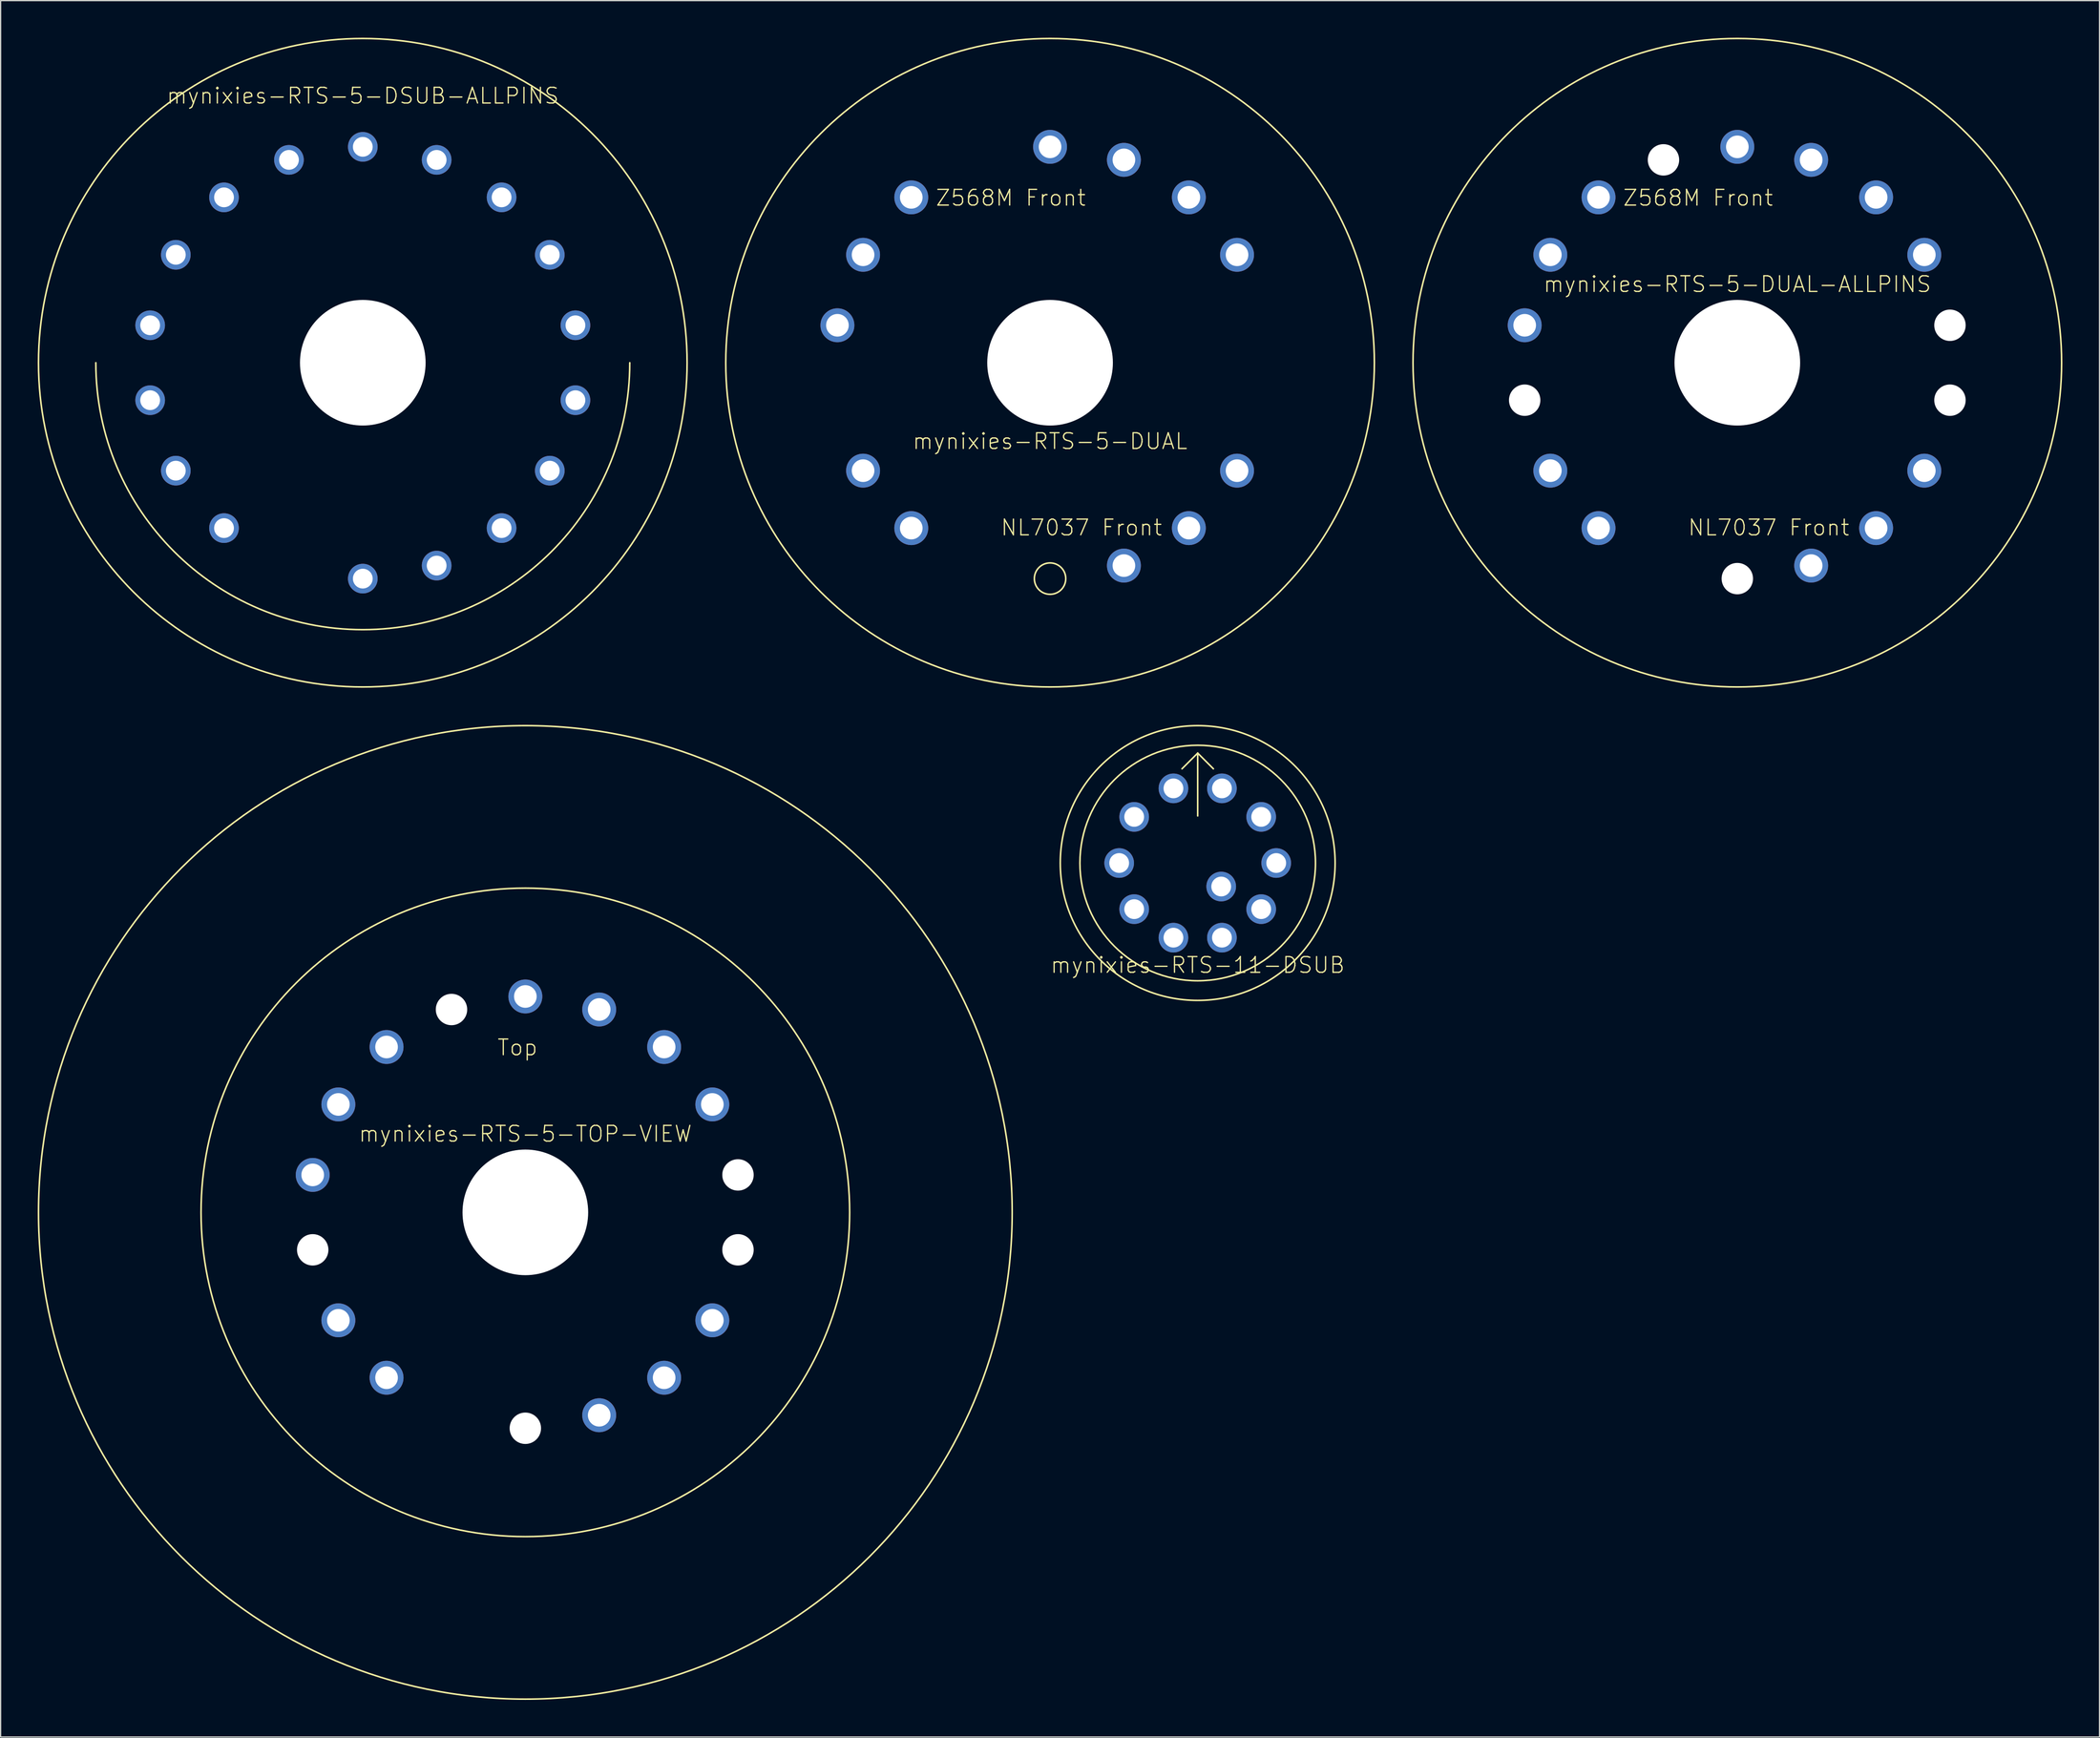
<source format=kicad_pcb>
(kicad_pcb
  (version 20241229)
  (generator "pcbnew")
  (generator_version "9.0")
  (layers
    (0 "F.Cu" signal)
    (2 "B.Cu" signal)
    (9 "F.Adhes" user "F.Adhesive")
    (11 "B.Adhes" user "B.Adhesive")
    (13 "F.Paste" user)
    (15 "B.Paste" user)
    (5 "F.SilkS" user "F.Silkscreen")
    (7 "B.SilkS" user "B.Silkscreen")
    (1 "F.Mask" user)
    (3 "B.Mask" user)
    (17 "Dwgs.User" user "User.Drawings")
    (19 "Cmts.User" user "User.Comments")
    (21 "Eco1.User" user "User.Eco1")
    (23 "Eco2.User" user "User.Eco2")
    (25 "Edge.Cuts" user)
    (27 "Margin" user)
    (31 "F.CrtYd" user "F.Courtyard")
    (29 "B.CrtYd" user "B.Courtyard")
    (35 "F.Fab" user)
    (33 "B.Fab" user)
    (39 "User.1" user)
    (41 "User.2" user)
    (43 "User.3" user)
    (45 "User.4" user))
  (footprint "mynixies-RTS-5-DSUB-ALLPINS"
    (layer "F.Cu")
    (at 26.289 26.289)
    (property "Reference" "mynixies-RTS-5-DSUB-ALLPINS" (at 0 -21.59 0) (layer "F.SilkS") (effects (font (size 1.27 1.27) (thickness 0.102))))
    (attr exclude_from_pos_files exclude_from_bom)
    (fp_arc (start 21.59 0) (mid 0 21.59) (end -21.59 0) (stroke (width 0.127) (type solid)) (layer "F.SilkS"))
    (fp_circle (center 0 0) (end 0 -26.226) (stroke (width 0.127) (type solid)) (fill no) (layer "F.SilkS"))
    (pad "" np_thru_hole circle (at 0 0) (size 10.16 10.16) (drill 10.16) (layers "*.Cu" "*.Mask"))
    (pad "P$1" thru_hole circle (at 0 17.462) (size 2.398 2.398) (drill 1.598) (layers "*.Cu" "*.Mask"))
    (pad "P$2" thru_hole circle (at 5.972 16.408) (size 2.398 2.398) (drill 1.598) (layers "*.Cu" "*.Mask"))
    (pad "P$3" thru_hole circle (at 11.224 13.376) (size 2.398 2.398) (drill 1.598) (layers "*.Cu" "*.Mask"))
    (pad "P$4" thru_hole circle (at 15.121 8.73) (size 2.398 2.398) (drill 1.598) (layers "*.Cu" "*.Mask"))
    (pad "P$5" thru_hole circle (at 17.196 3.03) (size 2.398 2.398) (drill 1.598) (layers "*.Cu" "*.Mask"))
    (pad "P$6" thru_hole circle (at 17.196 -3.03) (size 2.398 2.398) (drill 1.598) (layers "*.Cu" "*.Mask"))
    (pad "P$7" thru_hole circle (at 15.121 -8.73) (size 2.398 2.398) (drill 1.598) (layers "*.Cu" "*.Mask"))
    (pad "P$8" thru_hole circle (at 11.224 -13.376) (size 2.398 2.398) (drill 1.598) (layers "*.Cu" "*.Mask"))
    (pad "P$9" thru_hole circle (at 5.972 -16.408) (size 2.398 2.398) (drill 1.598) (layers "*.Cu" "*.Mask"))
    (pad "P$10" thru_hole circle (at 0 -17.462) (size 2.398 2.398) (drill 1.598) (layers "*.Cu" "*.Mask"))
    (pad "P$11" thru_hole circle (at -5.972 -16.408) (size 2.398 2.398) (drill 1.598) (layers "*.Cu" "*.Mask"))
    (pad "P$12" thru_hole circle (at -11.224 -13.376) (size 2.398 2.398) (drill 1.598) (layers "*.Cu" "*.Mask"))
    (pad "P$13" thru_hole circle (at -15.121 -8.73) (size 2.398 2.398) (drill 1.598) (layers "*.Cu" "*.Mask"))
    (pad "P$14" thru_hole circle (at -17.196 -3.03) (size 2.398 2.398) (drill 1.598) (layers "*.Cu" "*.Mask"))
    (pad "P$15" thru_hole circle (at -17.196 3.03) (size 2.398 2.398) (drill 1.598) (layers "*.Cu" "*.Mask"))
    (pad "P$16" thru_hole circle (at -15.121 8.73) (size 2.398 2.398) (drill 1.598) (layers "*.Cu" "*.Mask"))
    (pad "P$17" thru_hole circle (at -11.224 13.376) (size 2.398 2.398) (drill 1.598) (layers "*.Cu" "*.Mask")))
  (footprint "mynixies-RTS-5-TOP-VIEW"
    (layer "F.Cu")
    (at 39.434 95.011)
    (property "Reference" "mynixies-RTS-5-TOP-VIEW" (at 0 -6.35 0) (layer "F.SilkS") (effects (font (size 1.27 1.27) (thickness 0.102))))
    (attr exclude_from_pos_files exclude_from_bom)
    (fp_circle (center 0 0) (end 0 -39.37) (stroke (width 0.127) (type solid)) (fill no) (layer "F.SilkS"))
    (fp_circle (center 0 0) (end 0 -26.226) (stroke (width 0.127) (type solid)) (fill no) (layer "F.SilkS"))
    (fp_text user "Top" (at -0.635 -13.335 180) (layer "F.SilkS") (effects (font (size 1.27 1.27) (thickness 0.102))))
    (pad "" np_thru_hole circle (at -17.196 3.03) (size 2.54 2.54) (drill 2.54) (layers "*.Cu" "*.Mask"))
    (pad "" np_thru_hole circle (at -5.972 -16.408) (size 2.54 2.54) (drill 2.54) (layers "*.Cu" "*.Mask"))
    (pad "" np_thru_hole circle (at 0 0) (size 10.16 10.16) (drill 10.16) (layers "*.Cu" "*.Mask"))
    (pad "" np_thru_hole circle (at 0 17.462) (size 2.54 2.54) (drill 2.54) (layers "*.Cu" "*.Mask"))
    (pad "" np_thru_hole circle (at 17.196 -3.03) (size 2.54 2.54) (drill 2.54) (layers "*.Cu" "*.Mask"))
    (pad "" np_thru_hole circle (at 17.196 3.03) (size 2.54 2.54) (drill 2.54) (layers "*.Cu" "*.Mask"))
    (pad "P$2" thru_hole circle (at 5.972 16.408) (size 2.743 2.743) (drill 1.829) (layers "*.Cu" "*.Mask"))
    (pad "P$3" thru_hole circle (at 11.224 13.376) (size 2.743 2.743) (drill 1.829) (layers "*.Cu" "*.Mask"))
    (pad "P$4" thru_hole circle (at 15.121 8.73) (size 2.743 2.743) (drill 1.829) (layers "*.Cu" "*.Mask"))
    (pad "P$7" thru_hole circle (at 15.121 -8.73) (size 2.743 2.743) (drill 1.829) (layers "*.Cu" "*.Mask"))
    (pad "P$8" thru_hole circle (at 11.224 -13.376) (size 2.743 2.743) (drill 1.829) (layers "*.Cu" "*.Mask"))
    (pad "P$9" thru_hole circle (at 5.972 -16.408) (size 2.743 2.743) (drill 1.829) (layers "*.Cu" "*.Mask"))
    (pad "P$10" thru_hole circle (at 0 -17.462) (size 2.743 2.743) (drill 1.829) (layers "*.Cu" "*.Mask"))
    (pad "P$12" thru_hole circle (at -11.224 -13.376) (size 2.743 2.743) (drill 1.829) (layers "*.Cu" "*.Mask"))
    (pad "P$13" thru_hole circle (at -15.121 -8.73) (size 2.743 2.743) (drill 1.829) (layers "*.Cu" "*.Mask"))
    (pad "P$14" thru_hole circle (at -17.196 -3.03) (size 2.743 2.743) (drill 1.829) (layers "*.Cu" "*.Mask"))
    (pad "P$16" thru_hole circle (at -15.121 8.73) (size 2.743 2.743) (drill 1.829) (layers "*.Cu" "*.Mask"))
    (pad "P$17" thru_hole circle (at -11.224 13.376) (size 2.743 2.743) (drill 1.829) (layers "*.Cu" "*.Mask")))
  (footprint "mynixies-RTS-5-DUAL-ALLPINS"
    (layer "F.Cu")
    (at 137.445 26.289)
    (property "Reference" "mynixies-RTS-5-DUAL-ALLPINS" (at 0 -6.35 0) (layer "F.SilkS") (effects (font (size 1.27 1.27) (thickness 0.102))))
    (attr exclude_from_pos_files exclude_from_bom)
    (fp_circle (center 0 0) (end 0 -26.226) (stroke (width 0.127) (type solid)) (fill no) (layer "F.SilkS"))
    (fp_text user "NL7037 Front" (at 2.54 13.335 0) (layer "F.SilkS") (effects (font (size 1.27 1.27) (thickness 0.102))))
    (fp_text user "Z568M Front" (at -3.175 -13.335 180) (layer "F.SilkS") (effects (font (size 1.27 1.27) (thickness 0.102))))
    (pad "" np_thru_hole circle (at -17.196 3.03) (size 2.54 2.54) (drill 2.54) (layers "*.Cu" "*.Mask"))
    (pad "" np_thru_hole circle (at -5.972 -16.408) (size 2.54 2.54) (drill 2.54) (layers "*.Cu" "*.Mask"))
    (pad "" np_thru_hole circle (at 0 0) (size 10.16 10.16) (drill 10.16) (layers "*.Cu" "*.Mask"))
    (pad "" np_thru_hole circle (at 0 17.462) (size 2.54 2.54) (drill 2.54) (layers "*.Cu" "*.Mask"))
    (pad "" np_thru_hole circle (at 17.196 -3.03) (size 2.54 2.54) (drill 2.54) (layers "*.Cu" "*.Mask"))
    (pad "" np_thru_hole circle (at 17.196 3.03) (size 2.54 2.54) (drill 2.54) (layers "*.Cu" "*.Mask"))
    (pad "P$2" thru_hole circle (at 5.972 16.408) (size 2.743 2.743) (drill 1.829) (layers "*.Cu" "*.Mask"))
    (pad "P$3" thru_hole circle (at 11.224 13.376) (size 2.743 2.743) (drill 1.829) (layers "*.Cu" "*.Mask"))
    (pad "P$4" thru_hole circle (at 15.121 8.73) (size 2.743 2.743) (drill 1.829) (layers "*.Cu" "*.Mask"))
    (pad "P$7" thru_hole circle (at 15.121 -8.73) (size 2.743 2.743) (drill 1.829) (layers "*.Cu" "*.Mask"))
    (pad "P$8" thru_hole circle (at 11.224 -13.376) (size 2.743 2.743) (drill 1.829) (layers "*.Cu" "*.Mask"))
    (pad "P$9" thru_hole circle (at 5.972 -16.408) (size 2.743 2.743) (drill 1.829) (layers "*.Cu" "*.Mask"))
    (pad "P$10" thru_hole circle (at 0 -17.462) (size 2.743 2.743) (drill 1.829) (layers "*.Cu" "*.Mask"))
    (pad "P$12" thru_hole circle (at -11.224 -13.376) (size 2.743 2.743) (drill 1.829) (layers "*.Cu" "*.Mask"))
    (pad "P$13" thru_hole circle (at -15.121 -8.73) (size 2.743 2.743) (drill 1.829) (layers "*.Cu" "*.Mask"))
    (pad "P$14" thru_hole circle (at -17.196 -3.03) (size 2.743 2.743) (drill 1.829) (layers "*.Cu" "*.Mask"))
    (pad "P$16" thru_hole circle (at -15.121 8.73) (size 2.743 2.743) (drill 1.829) (layers "*.Cu" "*.Mask"))
    (pad "P$17" thru_hole circle (at -11.224 13.376) (size 2.743 2.743) (drill 1.829) (layers "*.Cu" "*.Mask")))
  (footprint "mynixies-RTS-11-DSUB"
    (layer "F.Cu")
    (at 93.806 66.754)
    (property "Reference" "mynixies-RTS-11-DSUB" (at 0 8.255 0) (layer "F.SilkS") (effects (font (size 1.27 1.27) (thickness 0.102))))
    (attr exclude_from_pos_files exclude_from_bom)
    (fp_line (start -1.27 -7.62) (end 0 -8.89) (stroke (width 0.127) (type solid)) (layer "F.SilkS"))
    (fp_line (start 0 -8.89) (end 1.27 -7.62) (stroke (width 0.127) (type solid)) (layer "F.SilkS"))
    (fp_line (start 0 -3.81) (end 0 -8.89) (stroke (width 0.127) (type solid)) (layer "F.SilkS"))
    (fp_circle (center 0 0) (end 0 -11.113) (stroke (width 0.127) (type solid)) (fill no) (layer "F.SilkS"))
    (fp_circle (center 0 0) (end 0 -9.525) (stroke (width 0.127) (type solid)) (fill no) (layer "F.SilkS"))
    (pad "1" thru_hole circle (at -1.961 -6.038) (size 2.398 2.398) (drill 1.598) (layers "*.Cu" "*.Mask"))
    (pad "2" thru_hole circle (at -5.136 -3.731) (size 2.398 2.398) (drill 1.598) (layers "*.Cu" "*.Mask"))
    (pad "3" thru_hole circle (at -6.35 0) (size 2.398 2.398) (drill 1.598) (layers "*.Cu" "*.Mask"))
    (pad "4" thru_hole circle (at -5.136 3.731) (size 2.398 2.398) (drill 1.598) (layers "*.Cu" "*.Mask"))
    (pad "5" thru_hole circle (at -1.961 6.038) (size 2.398 2.398) (drill 1.598) (layers "*.Cu" "*.Mask"))
    (pad "6" thru_hole circle (at 1.961 6.038) (size 2.398 2.398) (drill 1.598) (layers "*.Cu" "*.Mask"))
    (pad "7" thru_hole circle (at 5.136 3.731) (size 2.398 2.398) (drill 1.598) (layers "*.Cu" "*.Mask"))
    (pad "8" thru_hole circle (at 6.35 0) (size 2.398 2.398) (drill 1.598) (layers "*.Cu" "*.Mask"))
    (pad "9" thru_hole circle (at 5.136 -3.731) (size 2.398 2.398) (drill 1.598) (layers "*.Cu" "*.Mask"))
    (pad "10" thru_hole circle (at 1.961 -6.038) (size 2.398 2.398) (drill 1.598) (layers "*.Cu" "*.Mask"))
    (pad "13" thru_hole circle (at 1.902 1.902) (size 2.398 2.398) (drill 1.598) (layers "*.Cu" "*.Mask")))
  (footprint "mynixies-RTS-5-DUAL"
    (layer "F.Cu")
    (at 81.867 26.289)
    (property "Reference" "mynixies-RTS-5-DUAL" (at 0 6.35 0) (layer "F.SilkS") (effects (font (size 1.27 1.27) (thickness 0.102))))
    (attr exclude_from_pos_files exclude_from_bom)
    (fp_circle (center 0 0) (end 0 -26.226) (stroke (width 0.127) (type solid)) (fill no) (layer "F.SilkS"))
    (fp_circle (center 0 17.462) (end 0 16.192) (stroke (width 0.127) (type solid)) (fill no) (layer "F.SilkS"))
    (fp_text user "NL7037 Front" (at 2.54 13.335 0) (layer "F.SilkS") (effects (font (size 1.27 1.27) (thickness 0.102))))
    (fp_text user "Z568M Front" (at -3.175 -13.335 180) (layer "F.SilkS") (effects (font (size 1.27 1.27) (thickness 0.102))))
    (pad "" np_thru_hole circle (at 0 0) (size 10.16 10.16) (drill 10.16) (layers "*.Cu" "*.Mask"))
    (pad "P$2" thru_hole circle (at 5.972 16.408) (size 2.743 2.743) (drill 1.829) (layers "*.Cu" "*.Mask"))
    (pad "P$3" thru_hole circle (at 11.224 13.376) (size 2.743 2.743) (drill 1.829) (layers "*.Cu" "*.Mask"))
    (pad "P$4" thru_hole circle (at 15.121 8.73) (size 2.743 2.743) (drill 1.829) (layers "*.Cu" "*.Mask"))
    (pad "P$7" thru_hole circle (at 15.121 -8.73) (size 2.743 2.743) (drill 1.829) (layers "*.Cu" "*.Mask"))
    (pad "P$8" thru_hole circle (at 11.224 -13.376) (size 2.743 2.743) (drill 1.829) (layers "*.Cu" "*.Mask"))
    (pad "P$9" thru_hole circle (at 5.972 -16.408) (size 2.743 2.743) (drill 1.829) (layers "*.Cu" "*.Mask"))
    (pad "P$10" thru_hole circle (at 0 -17.462) (size 2.743 2.743) (drill 1.829) (layers "*.Cu" "*.Mask"))
    (pad "P$12" thru_hole circle (at -11.224 -13.376) (size 2.743 2.743) (drill 1.829) (layers "*.Cu" "*.Mask"))
    (pad "P$13" thru_hole circle (at -15.121 -8.73) (size 2.743 2.743) (drill 1.829) (layers "*.Cu" "*.Mask"))
    (pad "P$14" thru_hole circle (at -17.196 -3.03) (size 2.743 2.743) (drill 1.829) (layers "*.Cu" "*.Mask"))
    (pad "P$16" thru_hole circle (at -15.121 8.73) (size 2.743 2.743) (drill 1.829) (layers "*.Cu" "*.Mask"))
    (pad "P$17" thru_hole circle (at -11.224 13.376) (size 2.743 2.743) (drill 1.829) (layers "*.Cu" "*.Mask")))
  (gr_rect
    (start -3 -3)
    (end 166.734 137.445)
    (stroke (width 0.1) (type default))
    (fill no)
    (layer "Edge.Cuts")))
</source>
